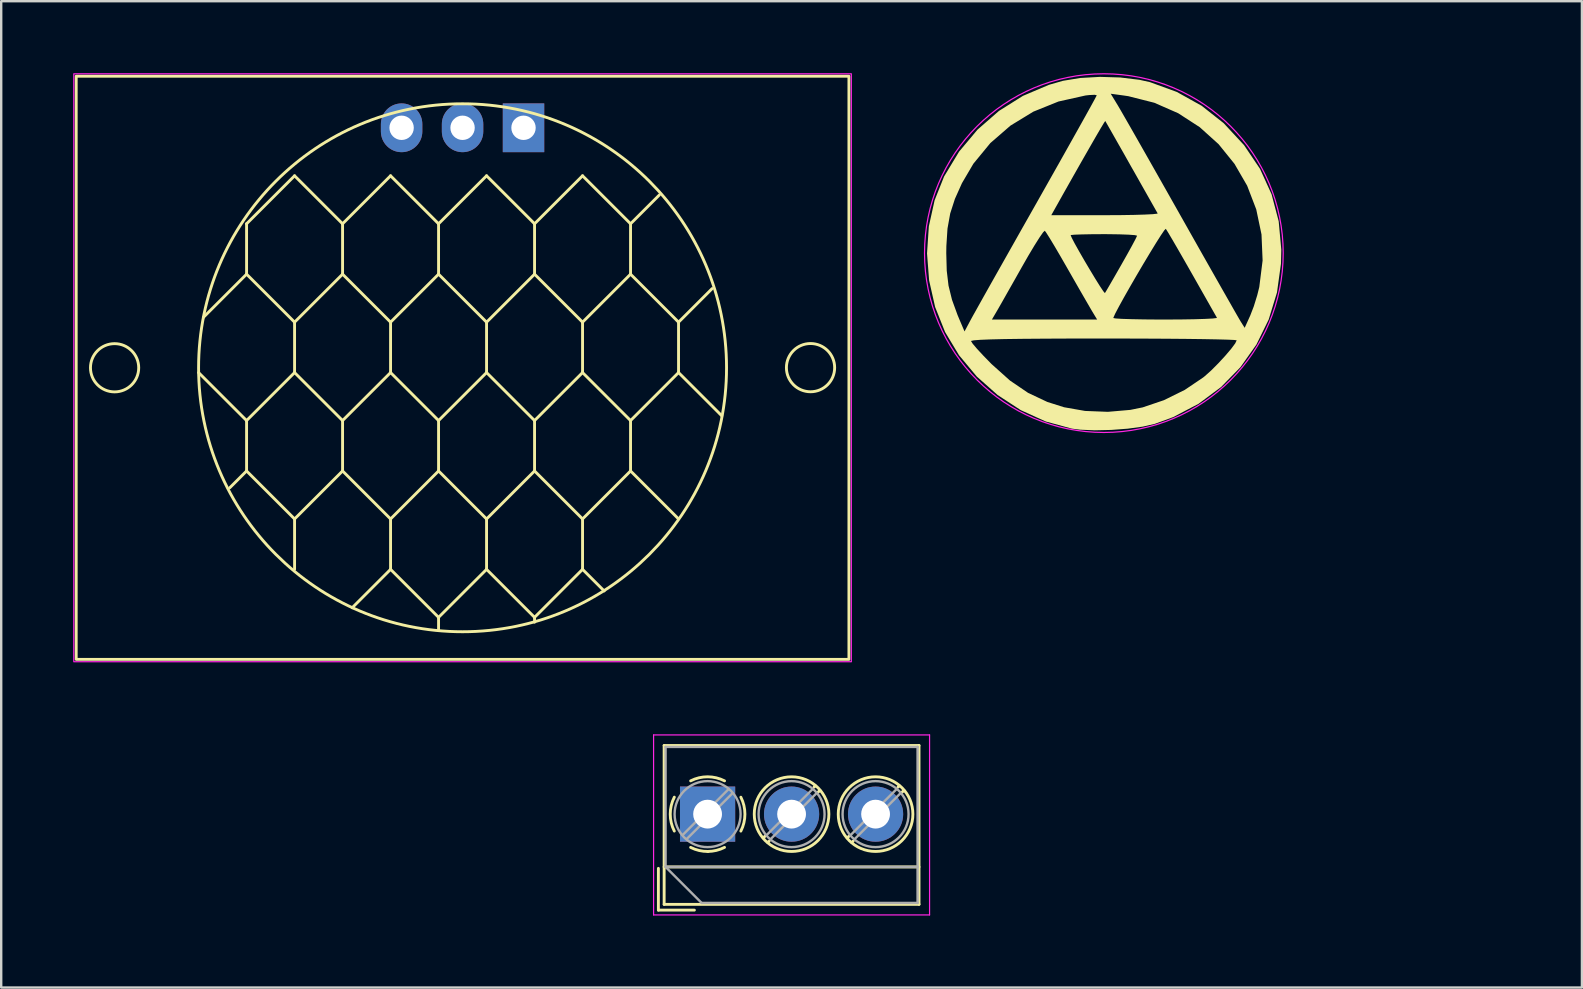
<source format=kicad_pcb>
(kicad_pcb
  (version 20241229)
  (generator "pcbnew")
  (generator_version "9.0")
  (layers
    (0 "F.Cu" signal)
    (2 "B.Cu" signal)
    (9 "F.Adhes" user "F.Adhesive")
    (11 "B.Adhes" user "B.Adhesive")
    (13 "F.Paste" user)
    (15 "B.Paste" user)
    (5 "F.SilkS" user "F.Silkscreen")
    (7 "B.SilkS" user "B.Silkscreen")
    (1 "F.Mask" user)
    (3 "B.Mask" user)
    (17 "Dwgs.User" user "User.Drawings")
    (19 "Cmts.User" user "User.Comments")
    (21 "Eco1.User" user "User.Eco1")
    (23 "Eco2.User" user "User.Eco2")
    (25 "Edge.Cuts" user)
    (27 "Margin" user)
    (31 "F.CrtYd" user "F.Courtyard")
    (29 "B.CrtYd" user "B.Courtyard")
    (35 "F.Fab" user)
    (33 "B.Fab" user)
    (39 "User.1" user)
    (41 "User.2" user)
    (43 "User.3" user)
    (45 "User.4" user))
  (footprint "TerminalBlock_MetzConnect_Type059_RT06303HBWC_1x03_P3.50mm_Horizontal"
    (layer "F.Cu")
    (at 26.435 30.875)
    (property "Reference" "TerminalBlock_MetzConnect_Type059_RT06303HBWC_1x03_P3.50mm_Horizontal" (at 3.5 -3.86 0) (layer "User.7") (effects (font (size 1 1) (thickness 0.15))))
    (attr through_hole)
    (fp_line (start -2.05 2.26) (end -2.05 4) (stroke (width 0.12) (type solid)) (layer "F.SilkS"))
    (fp_line (start -2.05 4) (end -0.55 4) (stroke (width 0.12) (type solid)) (layer "F.SilkS"))
    (fp_line (start -1.81 -2.86) (end -1.81 3.76) (stroke (width 0.12) (type solid)) (layer "F.SilkS"))
    (fp_line (start -1.81 -2.86) (end 8.81 -2.86) (stroke (width 0.12) (type solid)) (layer "F.SilkS"))
    (fp_line (start -1.81 2.2) (end 8.81 2.2) (stroke (width 0.12) (type solid)) (layer "F.SilkS"))
    (fp_line (start -1.81 3.76) (end 8.81 3.76) (stroke (width 0.12) (type solid)) (layer "F.SilkS"))
    (fp_line (start 2.397 0.914) (end 2.321 0.99) (stroke (width 0.12) (type solid)) (layer "F.SilkS"))
    (fp_line (start 2.565 1.125) (end 2.511 1.18) (stroke (width 0.12) (type solid)) (layer "F.SilkS"))
    (fp_line (start 4.49 -1.18) (end 4.436 -1.126) (stroke (width 0.12) (type solid)) (layer "F.SilkS"))
    (fp_line (start 4.68 -0.99) (end 4.604 -0.914) (stroke (width 0.12) (type solid)) (layer "F.SilkS"))
    (fp_line (start 5.897 0.914) (end 5.821 0.99) (stroke (width 0.12) (type solid)) (layer "F.SilkS"))
    (fp_line (start 6.065 1.125) (end 6.011 1.18) (stroke (width 0.12) (type solid)) (layer "F.SilkS"))
    (fp_line (start 7.99 -1.18) (end 7.936 -1.126) (stroke (width 0.12) (type solid)) (layer "F.SilkS"))
    (fp_line (start 8.18 -0.99) (end 8.104 -0.914) (stroke (width 0.12) (type solid)) (layer "F.SilkS"))
    (fp_line (start 8.81 -2.86) (end 8.81 3.76) (stroke (width 0.12) (type solid)) (layer "F.SilkS"))
    (fp_arc (start -1.386645 0.705733) (mid -1.555906 -0.000711) (end -1.386 -0.707) (stroke (width 0.12) (type solid)) (layer "F.SilkS"))
    (fp_arc (start -0.705733 -1.386645) (mid 0.000711 -1.555906) (end 0.707 -1.386) (stroke (width 0.12) (type solid)) (layer "F.SilkS"))
    (fp_arc (start 0.026444 1.555682) (mid -0.350695 1.515869) (end -0.707 1.386) (stroke (width 0.12) (type solid)) (layer "F.SilkS"))
    (fp_arc (start 0.705955 1.385515) (mid 0.363007 1.512035) (end 0 1.555) (stroke (width 0.12) (type solid)) (layer "F.SilkS"))
    (fp_arc (start 1.386645 -0.705733) (mid 1.555906 0.000711) (end 1.386 0.707) (stroke (width 0.12) (type solid)) (layer "F.SilkS"))
    (fp_circle (center 3.5 0) (end 5.055 0) (stroke (width 0.12) (type solid)) (fill no) (layer "F.SilkS"))
    (fp_circle (center 7 0) (end 8.555 0) (stroke (width 0.12) (type solid)) (fill no) (layer "F.SilkS"))
    (fp_line (start -2.25 -3.3) (end -2.25 4.2) (stroke (width 0.05) (type solid)) (layer "F.CrtYd"))
    (fp_line (start -2.25 4.2) (end 9.25 4.2) (stroke (width 0.05) (type solid)) (layer "F.CrtYd"))
    (fp_line (start 9.25 -3.3) (end -2.25 -3.3) (stroke (width 0.05) (type solid)) (layer "F.CrtYd"))
    (fp_line (start 9.25 4.2) (end 9.25 -3.3) (stroke (width 0.05) (type solid)) (layer "F.CrtYd"))
    (fp_line (start -1.75 -2.8) (end 8.75 -2.8) (stroke (width 0.1) (type solid)) (layer "F.Fab"))
    (fp_line (start -1.75 2.2) (end -1.75 -2.8) (stroke (width 0.1) (type solid)) (layer "F.Fab"))
    (fp_line (start -1.75 2.2) (end 8.75 2.2) (stroke (width 0.1) (type solid)) (layer "F.Fab"))
    (fp_line (start -0.25 3.7) (end -1.75 2.2) (stroke (width 0.1) (type solid)) (layer "F.Fab"))
    (fp_line (start 0.876 -1.043) (end -1.043 0.875) (stroke (width 0.1) (type solid)) (layer "F.Fab"))
    (fp_line (start 1.043 -0.875) (end -0.876 1.043) (stroke (width 0.1) (type solid)) (layer "F.Fab"))
    (fp_line (start 4.376 -1.043) (end 2.458 0.875) (stroke (width 0.1) (type solid)) (layer "F.Fab"))
    (fp_line (start 4.543 -0.875) (end 2.625 1.043) (stroke (width 0.1) (type solid)) (layer "F.Fab"))
    (fp_line (start 7.876 -1.043) (end 5.958 0.875) (stroke (width 0.1) (type solid)) (layer "F.Fab"))
    (fp_line (start 8.043 -0.875) (end 6.125 1.043) (stroke (width 0.1) (type solid)) (layer "F.Fab"))
    (fp_line (start 8.75 -2.8) (end 8.75 3.7) (stroke (width 0.1) (type solid)) (layer "F.Fab"))
    (fp_line (start 8.75 3.7) (end -0.25 3.7) (stroke (width 0.1) (type solid)) (layer "F.Fab"))
    (fp_circle (center 0 0) (end 1.375 0) (stroke (width 0.1) (type solid)) (fill no) (layer "F.Fab"))
    (fp_circle (center 3.5 0) (end 4.875 0) (stroke (width 0.1) (type solid)) (fill no) (layer "F.Fab"))
    (fp_circle (center 7 0) (end 8.375 0) (stroke (width 0.1) (type solid)) (fill no) (layer "F.Fab"))
    (fp_text user "${REFERENCE}" (at 3.5 2.95 0) (layer "User.3") (effects (font (size 1 1) (thickness 0.15))))
    (pad "1" thru_hole rect (at 0 0) (size 2.3 2.3) (drill 1.2) (layers "*.Cu" "*.Mask"))
    (pad "2" thru_hole circle (at 3.5 0) (size 2.3 2.3) (drill 1.2) (layers "*.Cu" "*.Mask"))
    (pad "3" thru_hole circle (at 7 0) (size 2.3 2.3) (drill 1.2) (layers "*.Cu" "*.Mask")))
  (footprint "PIR_HC-SR501"
    (layer "F.Cu")
    (at 16.225 12.275)
    (property "Reference" "PIR_HC-SR501" (at 10.4 -15.8 0) (unlocked yes) (layer "User.7") (effects (font (size 1 1) (thickness 0.15))))
    (attr smd)
    (fp_line (start -9 -6) (end -9 -3.9) (stroke (width 0.12) (type default)) (layer "F.SilkS"))
    (fp_line (start -9 -3.9) (end -10.8 -2.1) (stroke (width 0.12) (type default)) (layer "F.SilkS"))
    (fp_line (start -9 2.2) (end -11 0.2) (stroke (width 0.12) (type default)) (layer "F.SilkS"))
    (fp_line (start -9 2.2) (end -9 4.3) (stroke (width 0.12) (type default)) (layer "F.SilkS"))
    (fp_line (start -9 4.3) (end -9.7 5) (stroke (width 0.12) (type default)) (layer "F.SilkS"))
    (fp_line (start -7 -8) (end -9 -6) (stroke (width 0.12) (type default)) (layer "F.SilkS"))
    (fp_line (start -7 -1.9) (end -9 -3.9) (stroke (width 0.12) (type default)) (layer "F.SilkS"))
    (fp_line (start -7 -1.9) (end -7 0.2) (stroke (width 0.12) (type default)) (layer "F.SilkS"))
    (fp_line (start -7 0.2) (end -9 2.2) (stroke (width 0.12) (type default)) (layer "F.SilkS"))
    (fp_line (start -7 6.3) (end -9 4.3) (stroke (width 0.12) (type default)) (layer "F.SilkS"))
    (fp_line (start -7 6.3) (end -7 8.4) (stroke (width 0.12) (type default)) (layer "F.SilkS"))
    (fp_line (start -5 -6) (end -7 -8) (stroke (width 0.12) (type default)) (layer "F.SilkS"))
    (fp_line (start -5 -6) (end -5 -3.9) (stroke (width 0.12) (type default)) (layer "F.SilkS"))
    (fp_line (start -5 -3.9) (end -7 -1.9) (stroke (width 0.12) (type default)) (layer "F.SilkS"))
    (fp_line (start -5 2.2) (end -7 0.2) (stroke (width 0.12) (type default)) (layer "F.SilkS"))
    (fp_line (start -5 2.2) (end -5 4.3) (stroke (width 0.12) (type default)) (layer "F.SilkS"))
    (fp_line (start -5 4.3) (end -7 6.3) (stroke (width 0.12) (type default)) (layer "F.SilkS"))
    (fp_line (start -3 -8) (end -5 -6) (stroke (width 0.12) (type default)) (layer "F.SilkS"))
    (fp_line (start -3 -1.9) (end -5 -3.9) (stroke (width 0.12) (type default)) (layer "F.SilkS"))
    (fp_line (start -3 -1.9) (end -3 0.2) (stroke (width 0.12) (type default)) (layer "F.SilkS"))
    (fp_line (start -3 0.2) (end -5 2.2) (stroke (width 0.12) (type default)) (layer "F.SilkS"))
    (fp_line (start -3 6.3) (end -5 4.3) (stroke (width 0.12) (type default)) (layer "F.SilkS"))
    (fp_line (start -3 6.3) (end -3 8.4) (stroke (width 0.12) (type default)) (layer "F.SilkS"))
    (fp_line (start -3 8.4) (end -4.6 10) (stroke (width 0.12) (type default)) (layer "F.SilkS"))
    (fp_line (start -1 -6) (end -3 -8) (stroke (width 0.12) (type default)) (layer "F.SilkS"))
    (fp_line (start -1 -6) (end -1 -3.9) (stroke (width 0.12) (type default)) (layer "F.SilkS"))
    (fp_line (start -1 -3.9) (end -3 -1.9) (stroke (width 0.12) (type default)) (layer "F.SilkS"))
    (fp_line (start -1 2.2) (end -3 0.2) (stroke (width 0.12) (type default)) (layer "F.SilkS"))
    (fp_line (start -1 2.2) (end -1 4.3) (stroke (width 0.12) (type default)) (layer "F.SilkS"))
    (fp_line (start -1 4.3) (end -3 6.3) (stroke (width 0.12) (type default)) (layer "F.SilkS"))
    (fp_line (start -1 10.4) (end -3 8.4) (stroke (width 0.12) (type default)) (layer "F.SilkS"))
    (fp_line (start -1 10.4) (end -1 10.9) (stroke (width 0.12) (type default)) (layer "F.SilkS"))
    (fp_line (start 1 -8) (end -1 -6) (stroke (width 0.12) (type default)) (layer "F.SilkS"))
    (fp_line (start 1 -1.9) (end -1 -3.9) (stroke (width 0.12) (type default)) (layer "F.SilkS"))
    (fp_line (start 1 -1.9) (end 1 0.2) (stroke (width 0.12) (type default)) (layer "F.SilkS"))
    (fp_line (start 1 0.2) (end -1 2.2) (stroke (width 0.12) (type default)) (layer "F.SilkS"))
    (fp_line (start 1 6.3) (end -1 4.3) (stroke (width 0.12) (type default)) (layer "F.SilkS"))
    (fp_line (start 1 6.3) (end 1 8.4) (stroke (width 0.12) (type default)) (layer "F.SilkS"))
    (fp_line (start 1 8.4) (end -1 10.4) (stroke (width 0.12) (type default)) (layer "F.SilkS"))
    (fp_line (start 3 -6) (end 1 -8) (stroke (width 0.12) (type default)) (layer "F.SilkS"))
    (fp_line (start 3 -6) (end 3 -3.9) (stroke (width 0.12) (type default)) (layer "F.SilkS"))
    (fp_line (start 3 -3.9) (end 1 -1.9) (stroke (width 0.12) (type default)) (layer "F.SilkS"))
    (fp_line (start 3 2.2) (end 1 0.2) (stroke (width 0.12) (type default)) (layer "F.SilkS"))
    (fp_line (start 3 2.2) (end 3 4.3) (stroke (width 0.12) (type default)) (layer "F.SilkS"))
    (fp_line (start 3 4.3) (end 1 6.3) (stroke (width 0.12) (type default)) (layer "F.SilkS"))
    (fp_line (start 3 10.4) (end 1 8.4) (stroke (width 0.12) (type default)) (layer "F.SilkS"))
    (fp_line (start 3 10.4) (end 3 10.6) (stroke (width 0.12) (type default)) (layer "F.SilkS"))
    (fp_line (start 5 -8) (end 3 -6) (stroke (width 0.12) (type default)) (layer "F.SilkS"))
    (fp_line (start 5 -1.9) (end 3 -3.9) (stroke (width 0.12) (type default)) (layer "F.SilkS"))
    (fp_line (start 5 -1.9) (end 5 0.2) (stroke (width 0.12) (type default)) (layer "F.SilkS"))
    (fp_line (start 5 0.2) (end 3 2.2) (stroke (width 0.12) (type default)) (layer "F.SilkS"))
    (fp_line (start 5 6.3) (end 3 4.3) (stroke (width 0.12) (type default)) (layer "F.SilkS"))
    (fp_line (start 5 6.3) (end 5 8.4) (stroke (width 0.12) (type default)) (layer "F.SilkS"))
    (fp_line (start 5 8.4) (end 3 10.4) (stroke (width 0.12) (type default)) (layer "F.SilkS"))
    (fp_line (start 5 8.4) (end 5.9 9.3) (stroke (width 0.12) (type default)) (layer "F.SilkS"))
    (fp_line (start 7 -6) (end 5 -8) (stroke (width 0.12) (type default)) (layer "F.SilkS"))
    (fp_line (start 7 -6) (end 7 -3.9) (stroke (width 0.12) (type default)) (layer "F.SilkS"))
    (fp_line (start 7 -3.9) (end 5 -1.9) (stroke (width 0.12) (type default)) (layer "F.SilkS"))
    (fp_line (start 7 2.2) (end 5 0.2) (stroke (width 0.12) (type default)) (layer "F.SilkS"))
    (fp_line (start 7 2.2) (end 7 4.3) (stroke (width 0.12) (type default)) (layer "F.SilkS"))
    (fp_line (start 7 4.3) (end 5 6.3) (stroke (width 0.12) (type default)) (layer "F.SilkS"))
    (fp_line (start 8.2 -7.2) (end 7 -6) (stroke (width 0.12) (type default)) (layer "F.SilkS"))
    (fp_line (start 9 -1.9) (end 7 -3.9) (stroke (width 0.12) (type default)) (layer "F.SilkS"))
    (fp_line (start 9 -1.9) (end 9 0.2) (stroke (width 0.12) (type default)) (layer "F.SilkS"))
    (fp_line (start 9 0.2) (end 7 2.2) (stroke (width 0.12) (type default)) (layer "F.SilkS"))
    (fp_line (start 9 0.2) (end 10.8 2) (stroke (width 0.12) (type default)) (layer "F.SilkS"))
    (fp_line (start 9 6.3) (end 7 4.3) (stroke (width 0.12) (type default)) (layer "F.SilkS"))
    (fp_line (start 10.4 -3.3) (end 9 -1.9) (stroke (width 0.12) (type default)) (layer "F.SilkS"))
    (fp_rect (start -16.1 -12.15) (end 16.1 12.15) (stroke (width 0.12) (type default)) (fill no) (layer "F.SilkS"))
    (fp_circle (center -14.5 0) (end -13.5 0.1) (stroke (width 0.12) (type default)) (fill no) (layer "F.SilkS"))
    (fp_circle (center 0 0) (end 11 0) (stroke (width 0.12) (type default)) (fill no) (layer "F.SilkS"))
    (fp_circle (center 14.5 -0.005) (end 15.5 0.095) (stroke (width 0.12) (type default)) (fill no) (layer "F.SilkS"))
    (fp_rect (start -16.2 -12.25) (end 16.2 12.25) (stroke (width 0.05) (type default)) (fill no) (layer "F.CrtYd"))
    (fp_line (start -15.2 -0.7) (end -15.6 -1.1) (stroke (width 0.12) (type default)) (layer "User.3"))
    (fp_line (start -15.2 0.7) (end -15.6 1.1) (stroke (width 0.12) (type default)) (layer "User.3"))
    (fp_line (start -13.8 -0.7) (end -13.4 -1.1) (stroke (width 0.12) (type default)) (layer "User.3"))
    (fp_line (start -13.8 0.7) (end -13.4 1.1) (stroke (width 0.12) (type default)) (layer "User.3"))
    (fp_line (start 13.8 -0.7) (end 13.4 -1.1) (stroke (width 0.12) (type default)) (layer "User.3"))
    (fp_line (start 13.8 0.7) (end 13.4 1.1) (stroke (width 0.12) (type default)) (layer "User.3"))
    (fp_line (start 15.2 -0.7) (end 15.6 -1.1) (stroke (width 0.12) (type default)) (layer "User.3"))
    (fp_line (start 15.2 0.7) (end 15.6 1.1) (stroke (width 0.12) (type default)) (layer "User.3"))
    (fp_text user "${REFERENCE}" (at 1.3 0.35 90) (unlocked yes) (layer "User.3") (effects (font (size 1 1) (thickness 0.15))))
    (pad "1" thru_hole rect (at 2.54 -10 270) (size 2.032 1.727) (drill 1.016) (layers "*.Cu" "*.Mask"))
    (pad "2" thru_hole oval (at 0 -10 270) (size 2.032 1.727) (drill 1.016) (layers "*.Cu" "*.Mask"))
    (pad "3" thru_hole oval (at -2.54 -10 270) (size 2.032 1.727) (drill 1.016) (layers "*.Cu" "*.Mask")))
  (footprint "SIET_15x15"
    (layer "F.Cu")
    (at 42.948 7.498)
    (property "Reference" "SIET_15x15" (at 0 0 0) (layer "User.7") (effects (font (size 1.524 1.524) (thickness 0.3))))
    (attr board_only exclude_from_pos_files exclude_from_bom)
    (fp_poly (pts (xy 0.688 -7.319) (xy 1.479 -7.223) (xy 1.922 -7.125) (xy 3.04 -6.717) (xy 4.076 -6.14) (xy 4.992 -5.416) (xy 5.841 -4.501) (xy 6.507 -3.512) (xy 6.989 -2.453) (xy 7.285 -1.329) (xy 7.394 -0.142) (xy 7.38 0.443) (xy 7.214 1.639) (xy 6.869 2.766) (xy 6.358 3.809) (xy 5.692 4.752) (xy 4.884 5.58) (xy 3.945 6.279) (xy 2.888 6.833) (xy 2.125 7.114) (xy 1.624 7.229) (xy 0.995 7.315) (xy 0.304 7.367) (xy -0.38 7.383) (xy -0.991 7.357) (xy -1.334 7.313) (xy -2.422 7.016) (xy -3.462 6.543) (xy -4.428 5.912) (xy -5.294 5.143) (xy -6.035 4.255) (xy -6.39 3.665) (xy -5.535 3.665) (xy -5.468 3.772) (xy -5.287 3.986) (xy -5.018 4.276) (xy -4.689 4.613) (xy -4.67 4.631) (xy -3.913 5.309) (xy -3.157 5.823) (xy -2.356 6.201) (xy -1.659 6.422) (xy -0.782 6.576) (xy 0.167 6.613) (xy 1.102 6.532) (xy 1.62 6.427) (xy 2.504 6.127) (xy 3.371 5.699) (xy 4.136 5.183) (xy 4.203 5.129) (xy 4.472 4.889) (xy 4.767 4.593) (xy 5.056 4.28) (xy 5.303 3.99) (xy 5.474 3.76) (xy 5.535 3.633) (xy 5.439 3.619) (xy 5.163 3.606) (xy 4.725 3.594) (xy 4.142 3.583) (xy 3.432 3.574) (xy 2.613 3.567) (xy 1.703 3.562) (xy 0.718 3.559) (xy 0 3.558) (xy -1.313 3.559) (xy -2.435 3.564) (xy -3.373 3.571) (xy -4.133 3.581) (xy -4.721 3.595) (xy -5.146 3.612) (xy -5.413 3.633) (xy -5.528 3.657) (xy -5.535 3.665) (xy -6.39 3.665) (xy -6.617 3.287) (xy -7.031 2.246) (xy -7.281 1.142) (xy -7.369 0.009) (xy -7.368 0) (xy -6.567 0) (xy -6.547 0.734) (xy -6.473 1.355) (xy -6.328 1.944) (xy -6.096 2.581) (xy -6.007 2.793) (xy -5.806 3.263) (xy -5.559 2.799) (xy -5.542 2.767) (xy -4.665 2.767) (xy -0.28 2.767) (xy -0.319 2.704) (xy 0.395 2.704) (xy 0.489 2.722) (xy 0.753 2.739) (xy 1.158 2.752) (xy 1.676 2.762) (xy 2.279 2.767) (xy 2.575 2.767) (xy 3.205 2.764) (xy 3.759 2.755) (xy 4.211 2.741) (xy 4.533 2.724) (xy 4.697 2.704) (xy 4.712 2.693) (xy 4.652 2.588) (xy 4.51 2.338) (xy 4.301 1.97) (xy 4.04 1.51) (xy 3.742 0.984) (xy 3.66 0.84) (xy 3.353 0.302) (xy 3.077 -0.178) (xy 2.847 -0.574) (xy 2.679 -0.857) (xy 2.589 -1.002) (xy 2.58 -1.014) (xy 2.518 -0.95) (xy 2.377 -0.743) (xy 2.174 -0.423) (xy 1.926 -0.018) (xy 1.651 0.44) (xy 1.366 0.924) (xy 1.089 1.403) (xy 0.836 1.848) (xy 0.626 2.229) (xy 0.474 2.517) (xy 0.4 2.682) (xy 0.395 2.704) (xy -0.319 2.704) (xy -0.475 2.446) (xy -0.587 2.255) (xy -0.777 1.927) (xy -1.024 1.499) (xy -1.306 1.007) (xy -1.528 0.619) (xy -1.811 0.127) (xy -2.063 -0.303) (xy -2.268 -0.642) (xy -2.336 -0.749) (xy -1.384 -0.749) (xy -1.337 -0.636) (xy -1.213 -0.398) (xy -1.031 -0.074) (xy -0.815 0.301) (xy -0.584 0.691) (xy -0.362 1.059) (xy -0.169 1.368) (xy -0.027 1.582) (xy 0.042 1.665) (xy 0.044 1.664) (xy 0.101 1.571) (xy 0.237 1.338) (xy 0.433 0.999) (xy 0.669 0.587) (xy 0.728 0.484) (xy 0.97 0.056) (xy 1.172 -0.309) (xy 1.315 -0.578) (xy 1.381 -0.717) (xy 1.384 -0.727) (xy 1.291 -0.75) (xy 1.035 -0.769) (xy 0.653 -0.783) (xy 0.18 -0.79) (xy 0 -0.791) (xy -0.497 -0.788) (xy -0.915 -0.78) (xy -1.219 -0.769) (xy -1.372 -0.754) (xy -1.384 -0.749) (xy -2.336 -0.749) (xy -2.408 -0.862) (xy -2.462 -0.934) (xy -2.532 -0.867) (xy -2.681 -0.653) (xy -2.892 -0.319) (xy -3.148 0.109) (xy -3.413 0.572) (xy -3.709 1.097) (xy -3.985 1.583) (xy -4.219 1.997) (xy -4.393 2.302) (xy -4.477 2.446) (xy -4.665 2.767) (xy -5.542 2.767) (xy -5.463 2.623) (xy -5.279 2.294) (xy -5.019 1.829) (xy -4.692 1.247) (xy -4.308 0.567) (xy -3.879 -0.193) (xy -3.415 -1.015) (xy -3.094 -1.581) (xy -2.191 -1.581) (xy 0.047 -1.581) (xy 0.685 -1.584) (xy 1.249 -1.593) (xy 1.71 -1.607) (xy 2.043 -1.624) (xy 2.221 -1.644) (xy 2.242 -1.655) (xy 2.182 -1.76) (xy 2.041 -2.01) (xy 1.831 -2.381) (xy 1.568 -2.846) (xy 1.267 -3.379) (xy 1.137 -3.607) (xy 0.827 -4.157) (xy 0.55 -4.644) (xy 0.322 -5.046) (xy 0.157 -5.335) (xy 0.069 -5.489) (xy 0.058 -5.506) (xy 0.006 -5.43) (xy -0.132 -5.201) (xy -0.344 -4.838) (xy -0.618 -4.361) (xy -0.945 -3.79) (xy -1.312 -3.143) (xy -1.709 -2.44) (xy -1.955 -2.001) (xy -2.191 -1.581) (xy -3.094 -1.581) (xy -2.925 -1.88) (xy -2.804 -2.093) (xy -2.32 -2.95) (xy -1.866 -3.754) (xy -1.453 -4.489) (xy -1.088 -5.14) (xy -0.781 -5.689) (xy -0.542 -6.12) (xy -0.379 -6.418) (xy -0.302 -6.565) (xy -0.296 -6.578) (xy -0.384 -6.598) (xy -0.607 -6.587) (xy -0.766 -6.569) (xy -1.891 -6.318) (xy -2.939 -5.895) (xy -3.891 -5.314) (xy -4.73 -4.586) (xy -5.437 -3.726) (xy -5.913 -2.916) (xy -6.207 -2.26) (xy -6.403 -1.652) (xy -6.516 -1.022) (xy -6.563 -0.295) (xy -6.567 0) (xy -7.368 0) (xy -7.293 -1.117) (xy -7.053 -2.202) (xy -6.658 -3.193) (xy -6.031 -4.232) (xy -5.263 -5.148) (xy -4.371 -5.926) (xy -3.373 -6.553) (xy -3.164 -6.642) (xy 0.286 -6.642) (xy 0.578 -6.162) (xy 0.685 -5.98) (xy 0.878 -5.645) (xy 1.147 -5.176) (xy 1.479 -4.593) (xy 1.865 -3.914) (xy 2.293 -3.159) (xy 2.752 -2.348) (xy 3.213 -1.532) (xy 3.686 -0.694) (xy 4.133 0.097) (xy 4.545 0.823) (xy 4.911 1.468) (xy 5.221 2.012) (xy 5.464 2.439) (xy 5.631 2.729) (xy 5.711 2.865) (xy 5.712 2.866) (xy 5.868 3.113) (xy 6.1 2.6) (xy 6.248 2.217) (xy 6.391 1.755) (xy 6.476 1.414) (xy 6.615 0.306) (xy 6.569 -0.779) (xy 6.35 -1.823) (xy 5.971 -2.81) (xy 5.443 -3.721) (xy 4.781 -4.54) (xy 3.994 -5.249) (xy 3.097 -5.83) (xy 2.102 -6.266) (xy 1.02 -6.54) (xy 0.81 -6.571) (xy 0.286 -6.642) (xy -3.164 -6.642) (xy -2.287 -7.014) (xy -1.703 -7.181) (xy -0.981 -7.299) (xy -0.158 -7.345)) (stroke (width 0) (type solid)) (fill yes) (layer "F.SilkS"))
    (fp_circle (center 0 0) (end 5.85 -4.65) (stroke (width 0.05) (type default)) (fill no) (layer "F.CrtYd")))
  (gr_rect
    (start -3 -3)
    (end 62.869 38.1)
    (stroke (width 0.1) (type default))
    (fill no)
    (layer "Edge.Cuts")))
</source>
